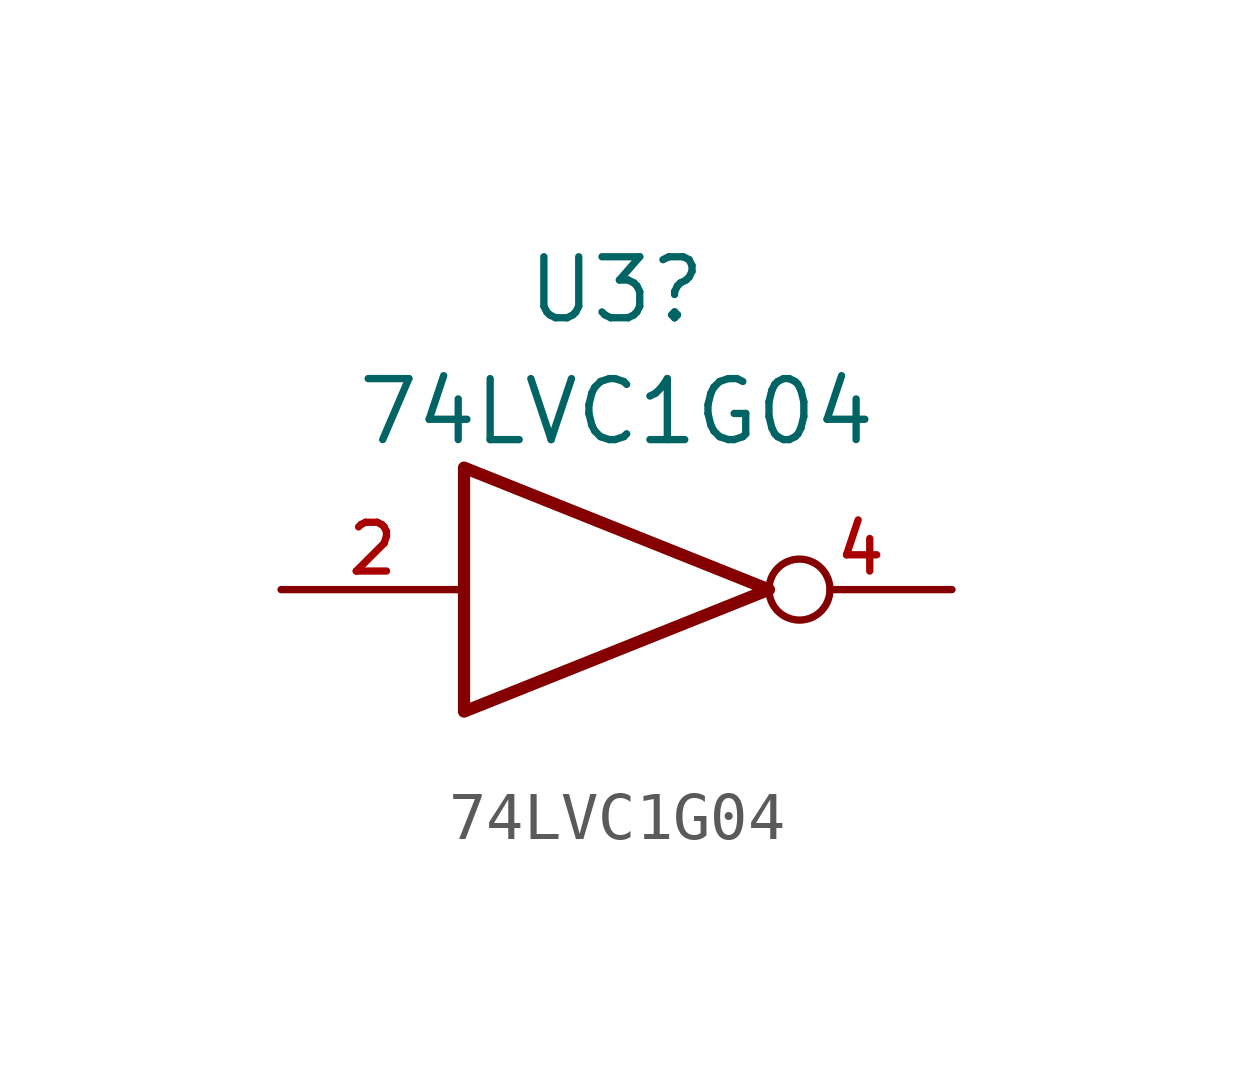
<source format=kicad_sym>
(kicad_symbol_lib
  (version 20220914)
  (generator kicad_symbol_editor)
  (symbol "74LVC1G04"
    (pin_names
      (offset 1.016))
    (property "Reference" "U3"
      (at -0.635 6.24 0)
      (effects (font (size 1.27 1.27))))
    (property "Value" "74LVC1G04"
      (at -0.635 3.703 0)
      (effects (font (size 1.27 1.27))))
    (symbol "74LVC1G04_0_1"
      (polyline (pts (xy -3.81 2.54) (xy -3.81 -2.54) (xy 2.54 0) (xy -3.81 2.54)) (stroke (width 0.254) (type default)) (fill (type none))))
    (symbol "74LVC1G04_1_1"
      (pin input line (at -7.62 0 0) (length 3.81) (name "~" (effects (font (size 1.016 1.016)))) (number "2" (effects (font (size 1.016 1.016)))))
      (pin power_in line (at 0 -2.54 270) (length 0) hide (name "GND" (effects (font (size 1.016 1.016)))) (number "3" (effects (font (size 1.016 1.016)))))
      (pin output inverted (at 6.35 0 180) (length 3.81) (name "~" (effects (font (size 1.016 1.016)))) (number "4" (effects (font (size 1.016 1.016)))))
      (pin power_in line (at 0 2.54 90) (length 0) hide (name "VCC" (effects (font (size 1.016 1.016)))) (number "5" (effects (font (size 1.016 1.016))))))))
</source>
